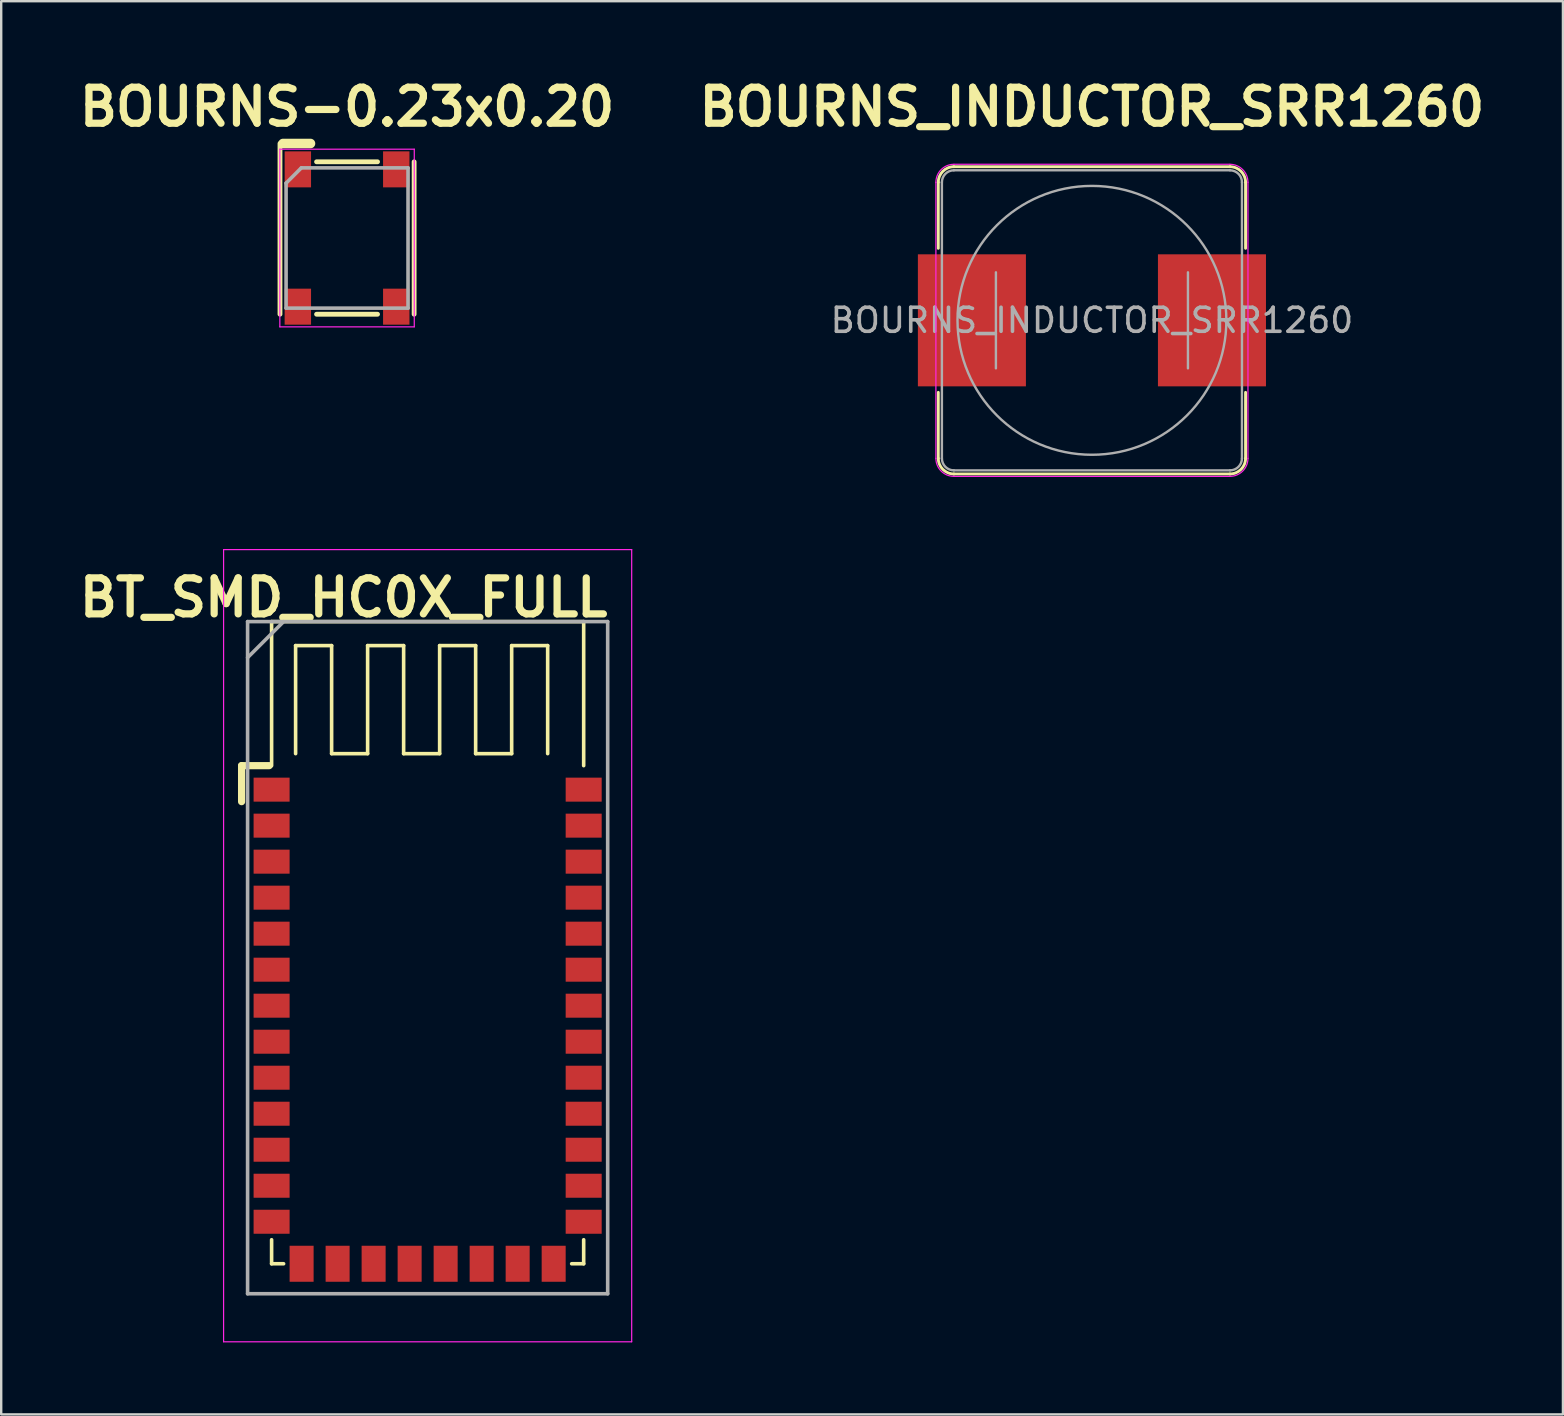
<source format=kicad_pcb>
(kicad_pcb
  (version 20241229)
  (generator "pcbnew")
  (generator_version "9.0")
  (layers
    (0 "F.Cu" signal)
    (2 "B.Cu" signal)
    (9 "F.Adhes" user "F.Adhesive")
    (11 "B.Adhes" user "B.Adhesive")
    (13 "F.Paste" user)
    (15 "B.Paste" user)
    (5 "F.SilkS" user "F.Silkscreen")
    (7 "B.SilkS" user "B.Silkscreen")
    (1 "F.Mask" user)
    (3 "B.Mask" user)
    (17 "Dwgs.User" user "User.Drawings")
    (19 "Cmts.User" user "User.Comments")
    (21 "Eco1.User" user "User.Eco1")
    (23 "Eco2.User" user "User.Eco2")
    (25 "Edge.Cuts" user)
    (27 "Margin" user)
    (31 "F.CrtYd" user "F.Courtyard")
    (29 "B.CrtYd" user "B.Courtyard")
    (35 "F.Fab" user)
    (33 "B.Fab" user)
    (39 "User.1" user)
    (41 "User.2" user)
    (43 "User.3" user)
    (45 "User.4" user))
  (footprint "BOURNS_INDUCTOR_SRR1260"
    (layer "F.Cu")
    (at 42.436 10.294)
    (property "Reference" "BOURNS_INDUCTOR_SRR1260" (at 0 -8.89 0) (layer "F.SilkS") (effects (font (size 1.5 1.5) (thickness 0.3))))
    (attr smd)
    (fp_line (start -6.4 -5.75) (end -6.4 -3) (stroke (width 0.12) (type solid)) (layer "F.SilkS"))
    (fp_line (start -6.4 3) (end -6.4 5.75) (stroke (width 0.12) (type solid)) (layer "F.SilkS"))
    (fp_line (start -5.75 -6.4) (end 5.75 -6.4) (stroke (width 0.12) (type solid)) (layer "F.SilkS"))
    (fp_line (start 5.75 6.4) (end -5.75 6.4) (stroke (width 0.12) (type solid)) (layer "F.SilkS"))
    (fp_line (start 6.4 -5.75) (end 6.4 -3) (stroke (width 0.12) (type solid)) (layer "F.SilkS"))
    (fp_line (start 6.4 3) (end 6.4 5.75) (stroke (width 0.12) (type solid)) (layer "F.SilkS"))
    (fp_arc (start -6.4 -5.75) (mid -6.209619 -6.209619) (end -5.75 -6.4) (stroke (width 0.12) (type solid)) (layer "F.SilkS"))
    (fp_arc (start -5.75 6.4) (mid -6.209619 6.209619) (end -6.4 5.75) (stroke (width 0.12) (type solid)) (layer "F.SilkS"))
    (fp_arc (start 5.75 -6.4) (mid 6.209619 -6.209619) (end 6.4 -5.75) (stroke (width 0.12) (type solid)) (layer "F.SilkS"))
    (fp_arc (start 6.4 5.75) (mid 6.209619 6.209619) (end 5.75 6.4) (stroke (width 0.12) (type solid)) (layer "F.SilkS"))
    (fp_line (start -6.5 5.75) (end -6.5 -5.75) (stroke (width 0.05) (type solid)) (layer "F.CrtYd"))
    (fp_line (start -5.75 -6.5) (end 5.75 -6.5) (stroke (width 0.05) (type solid)) (layer "F.CrtYd"))
    (fp_line (start 5.75 6.5) (end -5.75 6.5) (stroke (width 0.05) (type solid)) (layer "F.CrtYd"))
    (fp_line (start 6.5 -5.75) (end 6.5 5.75) (stroke (width 0.05) (type solid)) (layer "F.CrtYd"))
    (fp_arc (start -6.5 -5.75) (mid -6.28033 -6.28033) (end -5.75 -6.5) (stroke (width 0.05) (type solid)) (layer "F.CrtYd"))
    (fp_arc (start -5.75 6.5) (mid -6.28033 6.28033) (end -6.5 5.75) (stroke (width 0.05) (type solid)) (layer "F.CrtYd"))
    (fp_arc (start 5.75 -6.5) (mid 6.28033 -6.28033) (end 6.5 -5.75) (stroke (width 0.05) (type solid)) (layer "F.CrtYd"))
    (fp_arc (start 6.5 5.75) (mid 6.28033 6.28033) (end 5.75 6.5) (stroke (width 0.05) (type solid)) (layer "F.CrtYd"))
    (fp_line (start -6.25 -5.75) (end -6.25 5.75) (stroke (width 0.1) (type solid)) (layer "F.Fab"))
    (fp_line (start -5.75 -6.25) (end 5.75 -6.25) (stroke (width 0.1) (type solid)) (layer "F.Fab"))
    (fp_line (start -4 2) (end -4 -2) (stroke (width 0.1) (type solid)) (layer "F.Fab"))
    (fp_line (start 4 -2) (end 4 2) (stroke (width 0.1) (type solid)) (layer "F.Fab"))
    (fp_line (start 5.75 6.25) (end -5.75 6.25) (stroke (width 0.1) (type solid)) (layer "F.Fab"))
    (fp_line (start 6.25 -5.75) (end 6.25 5.75) (stroke (width 0.1) (type solid)) (layer "F.Fab"))
    (fp_arc (start -6.25 -5.75) (mid -6.103553 -6.103553) (end -5.75 -6.25) (stroke (width 0.1) (type solid)) (layer "F.Fab"))
    (fp_arc (start -5.75 6.25) (mid -6.103553 6.103553) (end -6.25 5.75) (stroke (width 0.1) (type solid)) (layer "F.Fab"))
    (fp_arc (start 5.75 -6.25) (mid 6.103553 -6.103553) (end 6.25 -5.75) (stroke (width 0.1) (type solid)) (layer "F.Fab"))
    (fp_arc (start 6.25 5.75) (mid 6.103553 6.103553) (end 5.75 6.25) (stroke (width 0.1) (type solid)) (layer "F.Fab"))
    (fp_circle (center 0 0) (end 0 -5.6) (stroke (width 0.1) (type solid)) (fill no) (layer "F.Fab"))
    (fp_text user "${REFERENCE}" (at 0 0 0) (layer "F.Fab") (effects (font (size 1 1) (thickness 0.15))))
    (pad "1" smd rect (at -5 0) (size 4.5 5.5) (layers "F.Cu" "F.Mask" "F.Paste"))
    (pad "2" smd rect (at 5 0) (size 4.5 5.5) (layers "F.Cu" "F.Mask" "F.Paste")))
  (footprint "BOURNS-0.23x0.20"
    (layer "F.Cu")
    (at 11.407 6.865)
    (property "Reference" "BOURNS-0.23x0.20" (at 0 -5.461 0) (layer "F.SilkS") (effects (font (size 1.5 1.5) (thickness 0.3))))
    (attr smd)
    (fp_line (start -2.794 3.175) (end -2.794 -3.937) (stroke (width 0.2) (type solid)) (layer "F.SilkS"))
    (fp_line (start -2.667 -3.937) (end -1.524 -3.937) (stroke (width 0.4) (type solid)) (layer "F.SilkS"))
    (fp_line (start -1.27 -3.175) (end 1.27 -3.175) (stroke (width 0.2) (type solid)) (layer "F.SilkS"))
    (fp_line (start -1.27 3.175) (end 1.27 3.175) (stroke (width 0.2) (type solid)) (layer "F.SilkS"))
    (fp_line (start 2.794 3.175) (end 2.794 -3.175) (stroke (width 0.2) (type solid)) (layer "F.SilkS"))
    (fp_line (start -2.8 -3.7) (end -2.8 3.7) (stroke (width 0.05) (type solid)) (layer "F.CrtYd"))
    (fp_line (start -2.8 -3.7) (end 2.8 -3.7) (stroke (width 0.05) (type solid)) (layer "F.CrtYd"))
    (fp_line (start 2.8 3.7) (end -2.8 3.7) (stroke (width 0.05) (type solid)) (layer "F.CrtYd"))
    (fp_line (start 2.8 3.7) (end 2.8 -3.7) (stroke (width 0.05) (type solid)) (layer "F.CrtYd"))
    (fp_line (start -2.54 -2.286) (end -1.905 -2.921) (stroke (width 0.15) (type solid)) (layer "F.Fab"))
    (fp_line (start -2.54 2.921) (end -2.54 -2.286) (stroke (width 0.15) (type solid)) (layer "F.Fab"))
    (fp_line (start -1.905 -2.921) (end 2.54 -2.921) (stroke (width 0.15) (type solid)) (layer "F.Fab"))
    (fp_line (start 2.54 -2.921) (end 2.54 2.921) (stroke (width 0.15) (type solid)) (layer "F.Fab"))
    (fp_line (start 2.54 2.921) (end -2.54 2.921) (stroke (width 0.15) (type solid)) (layer "F.Fab"))
    (pad "1" smd rect (at -2.05 -2.86) (size 1.1 1.5) (layers "F.Cu" "F.Mask" "F.Paste"))
    (pad "2" smd rect (at -2.05 2.86) (size 1.1 1.5) (layers "F.Cu" "F.Mask" "F.Paste"))
    (pad "3" smd rect (at 2.05 -2.86) (size 1.1 1.5) (layers "F.Cu" "F.Mask" "F.Paste"))
    (pad "4" smd rect (at 2.05 2.86) (size 1.1 1.5) (layers "F.Cu" "F.Mask" "F.Paste")))
  (footprint "BT_SMD_HC0X_FULL"
    (layer "F.Cu")
    (at 14.764 29.844)
    (property "Reference" "BT_SMD_HC0X_FULL" (at -3.5 -8 0) (layer "F.SilkS") (effects (font (size 1.5 1.5) (thickness 0.3))))
    (attr smd)
    (fp_line (start -7.75 -1) (end -6.6 -1) (stroke (width 0.3) (type solid)) (layer "F.SilkS"))
    (fp_line (start -7.75 0.5) (end -7.75 -1) (stroke (width 0.3) (type solid)) (layer "F.SilkS"))
    (fp_line (start -6.5 -7) (end 6.5 -7) (stroke (width 0.15) (type solid)) (layer "F.SilkS"))
    (fp_line (start -6.5 -1) (end -6.5 -7) (stroke (width 0.15) (type solid)) (layer "F.SilkS"))
    (fp_line (start -6.5 18.75) (end -6.5 19.75) (stroke (width 0.15) (type solid)) (layer "F.SilkS"))
    (fp_line (start -6.5 19.75) (end -6 19.75) (stroke (width 0.15) (type solid)) (layer "F.SilkS"))
    (fp_line (start -5.5 -6) (end -4 -6) (stroke (width 0.15) (type solid)) (layer "F.SilkS"))
    (fp_line (start -5.5 -1.5) (end -5.5 -6) (stroke (width 0.15) (type solid)) (layer "F.SilkS"))
    (fp_line (start -4 -6) (end -4 -1.5) (stroke (width 0.15) (type solid)) (layer "F.SilkS"))
    (fp_line (start -4 -1.5) (end -2.5 -1.5) (stroke (width 0.15) (type solid)) (layer "F.SilkS"))
    (fp_line (start -2.5 -6) (end -1 -6) (stroke (width 0.15) (type solid)) (layer "F.SilkS"))
    (fp_line (start -2.5 -1.5) (end -2.5 -6) (stroke (width 0.15) (type solid)) (layer "F.SilkS"))
    (fp_line (start -1 -6) (end -1 -1.5) (stroke (width 0.15) (type solid)) (layer "F.SilkS"))
    (fp_line (start -1 -1.5) (end 0.5 -1.5) (stroke (width 0.15) (type solid)) (layer "F.SilkS"))
    (fp_line (start 0.5 -6) (end 2 -6) (stroke (width 0.15) (type solid)) (layer "F.SilkS"))
    (fp_line (start 0.5 -1.5) (end 0.5 -6) (stroke (width 0.15) (type solid)) (layer "F.SilkS"))
    (fp_line (start 2 -6) (end 2 -1.5) (stroke (width 0.15) (type solid)) (layer "F.SilkS"))
    (fp_line (start 2 -1.5) (end 3.5 -1.5) (stroke (width 0.15) (type solid)) (layer "F.SilkS"))
    (fp_line (start 3.5 -6) (end 5 -6) (stroke (width 0.15) (type solid)) (layer "F.SilkS"))
    (fp_line (start 3.5 -1.5) (end 3.5 -6) (stroke (width 0.15) (type solid)) (layer "F.SilkS"))
    (fp_line (start 5 -6) (end 5 -1.5) (stroke (width 0.15) (type solid)) (layer "F.SilkS"))
    (fp_line (start 6 19.75) (end 6.5 19.75) (stroke (width 0.15) (type solid)) (layer "F.SilkS"))
    (fp_line (start 6.5 -7) (end 6.5 -1) (stroke (width 0.15) (type solid)) (layer "F.SilkS"))
    (fp_line (start 6.5 19.75) (end 6.5 18.75) (stroke (width 0.15) (type solid)) (layer "F.SilkS"))
    (fp_line (start -8.5 -10) (end -8.5 23) (stroke (width 0.05) (type solid)) (layer "F.CrtYd"))
    (fp_line (start -8.5 -10) (end 8.5 -10) (stroke (width 0.05) (type solid)) (layer "F.CrtYd"))
    (fp_line (start -8.5 23) (end 8.5 23) (stroke (width 0.05) (type solid)) (layer "F.CrtYd"))
    (fp_line (start 8.5 -10) (end 8.5 23) (stroke (width 0.05) (type solid)) (layer "F.CrtYd"))
    (fp_line (start -7.5 -7) (end -7.5 21) (stroke (width 0.15) (type solid)) (layer "F.Fab"))
    (fp_line (start -7.5 -7) (end 7.5 -7) (stroke (width 0.15) (type solid)) (layer "F.Fab"))
    (fp_line (start -6 -7) (end -7.5 -5.5) (stroke (width 0.15) (type solid)) (layer "F.Fab"))
    (fp_line (start 7.5 -7) (end 7.5 21) (stroke (width 0.15) (type solid)) (layer "F.Fab"))
    (fp_line (start 7.5 21) (end -7.5 21) (stroke (width 0.15) (type solid)) (layer "F.Fab"))
    (pad "1" smd rect (at -6.5 0) (size 1.5 1) (layers "F.Cu" "F.Mask" "F.Paste"))
    (pad "2" smd rect (at -6.5 1.5) (size 1.5 1) (layers "F.Cu" "F.Mask" "F.Paste"))
    (pad "3" smd rect (at -6.5 3) (size 1.5 1) (layers "F.Cu" "F.Mask" "F.Paste"))
    (pad "4" smd rect (at -6.5 4.5) (size 1.5 1) (layers "F.Cu" "F.Mask" "F.Paste"))
    (pad "5" smd rect (at -6.5 6) (size 1.5 1) (layers "F.Cu" "F.Mask" "F.Paste"))
    (pad "6" smd rect (at -6.5 7.5) (size 1.5 1) (layers "F.Cu" "F.Mask" "F.Paste"))
    (pad "7" smd rect (at -6.5 9) (size 1.5 1) (layers "F.Cu" "F.Mask" "F.Paste"))
    (pad "8" smd rect (at -6.5 10.5) (size 1.5 1) (layers "F.Cu" "F.Mask" "F.Paste"))
    (pad "9" smd rect (at -6.5 12) (size 1.5 1) (layers "F.Cu" "F.Mask" "F.Paste"))
    (pad "10" smd rect (at -6.5 13.5) (size 1.5 1) (layers "F.Cu" "F.Mask" "F.Paste"))
    (pad "11" smd rect (at -6.5 15) (size 1.5 1) (layers "F.Cu" "F.Mask" "F.Paste"))
    (pad "12" smd rect (at -6.5 16.5) (size 1.5 1) (layers "F.Cu" "F.Mask" "F.Paste"))
    (pad "13" smd rect (at -6.5 18) (size 1.5 1) (layers "F.Cu" "F.Mask" "F.Paste"))
    (pad "14" smd rect (at -5.25 19.75 90) (size 1.5 1) (layers "F.Cu" "F.Mask" "F.Paste"))
    (pad "15" smd rect (at -3.75 19.75 90) (size 1.5 1) (layers "F.Cu" "F.Mask" "F.Paste"))
    (pad "16" smd rect (at -2.25 19.75 90) (size 1.5 1) (layers "F.Cu" "F.Mask" "F.Paste"))
    (pad "17" smd rect (at -0.75 19.75 90) (size 1.5 1) (layers "F.Cu" "F.Mask" "F.Paste"))
    (pad "18" smd rect (at 0.75 19.75 90) (size 1.5 1) (layers "F.Cu" "F.Mask" "F.Paste"))
    (pad "19" smd rect (at 2.25 19.75 90) (size 1.5 1) (layers "F.Cu" "F.Mask" "F.Paste"))
    (pad "20" smd rect (at 3.75 19.75 90) (size 1.5 1) (layers "F.Cu" "F.Mask" "F.Paste"))
    (pad "21" smd rect (at 5.25 19.75 90) (size 1.5 1) (layers "F.Cu" "F.Mask" "F.Paste"))
    (pad "22" smd rect (at 6.5 18) (size 1.5 1) (layers "F.Cu" "F.Mask" "F.Paste"))
    (pad "23" smd rect (at 6.5 16.5) (size 1.5 1) (layers "F.Cu" "F.Mask" "F.Paste"))
    (pad "24" smd rect (at 6.5 15) (size 1.5 1) (layers "F.Cu" "F.Mask" "F.Paste"))
    (pad "25" smd rect (at 6.5 13.5) (size 1.5 1) (layers "F.Cu" "F.Mask" "F.Paste"))
    (pad "26" smd rect (at 6.5 12) (size 1.5 1) (layers "F.Cu" "F.Mask" "F.Paste"))
    (pad "27" smd rect (at 6.5 10.5) (size 1.5 1) (layers "F.Cu" "F.Mask" "F.Paste"))
    (pad "28" smd rect (at 6.5 9) (size 1.5 1) (layers "F.Cu" "F.Mask" "F.Paste"))
    (pad "29" smd rect (at 6.5 7.5) (size 1.5 1) (layers "F.Cu" "F.Mask" "F.Paste"))
    (pad "30" smd rect (at 6.5 6) (size 1.5 1) (layers "F.Cu" "F.Mask" "F.Paste"))
    (pad "31" smd rect (at 6.5 4.5) (size 1.5 1) (layers "F.Cu" "F.Mask" "F.Paste"))
    (pad "32" smd rect (at 6.5 3) (size 1.5 1) (layers "F.Cu" "F.Mask" "F.Paste"))
    (pad "33" smd rect (at 6.5 1.5) (size 1.5 1) (layers "F.Cu" "F.Mask" "F.Paste"))
    (pad "34" smd rect (at 6.5 0) (size 1.5 1) (layers "F.Cu" "F.Mask" "F.Paste")))
  (gr_rect
    (start -3 -3)
    (end 62.057 55.869)
    (stroke (width 0.1) (type default))
    (fill no)
    (layer "Edge.Cuts")))
</source>
